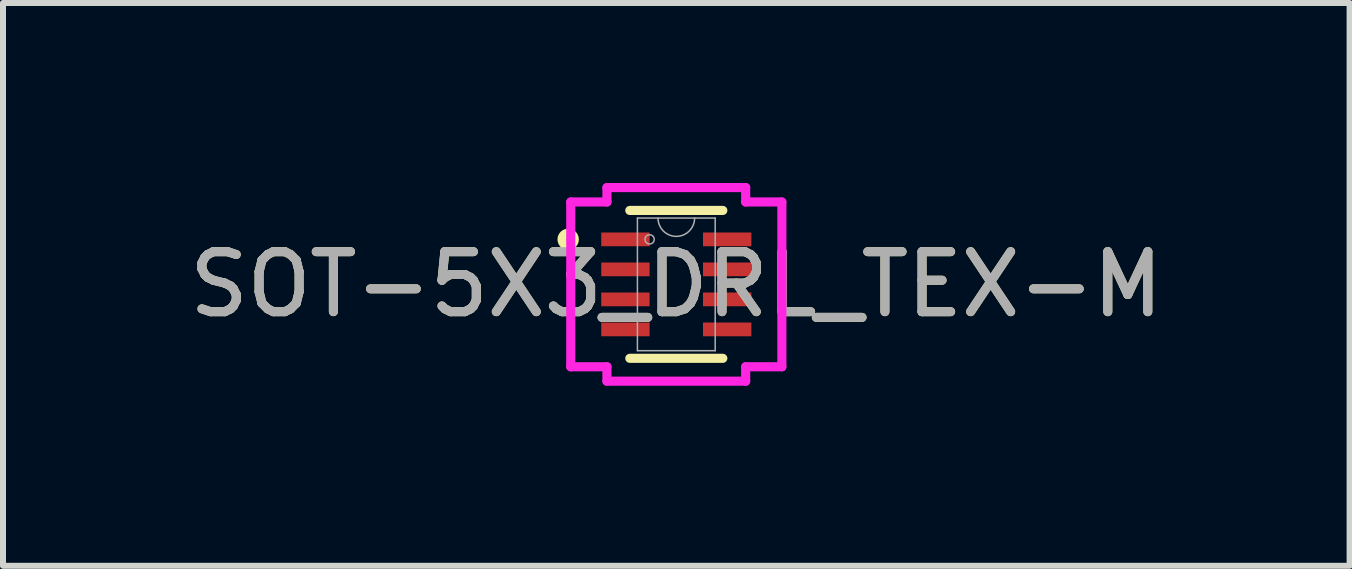
<source format=kicad_pcb>
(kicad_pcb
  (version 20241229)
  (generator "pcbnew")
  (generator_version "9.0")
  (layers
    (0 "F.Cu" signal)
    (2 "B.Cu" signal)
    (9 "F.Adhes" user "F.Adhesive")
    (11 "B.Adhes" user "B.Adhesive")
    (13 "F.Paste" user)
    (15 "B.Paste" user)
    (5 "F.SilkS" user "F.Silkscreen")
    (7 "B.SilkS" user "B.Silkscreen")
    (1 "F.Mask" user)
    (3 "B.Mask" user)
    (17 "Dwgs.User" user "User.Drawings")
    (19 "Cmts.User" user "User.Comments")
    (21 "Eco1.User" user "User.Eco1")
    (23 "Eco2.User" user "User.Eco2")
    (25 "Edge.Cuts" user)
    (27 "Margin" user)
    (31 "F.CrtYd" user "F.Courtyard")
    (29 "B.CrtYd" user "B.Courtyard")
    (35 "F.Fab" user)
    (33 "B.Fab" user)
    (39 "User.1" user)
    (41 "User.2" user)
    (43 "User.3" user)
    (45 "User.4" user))
  (footprint "SOT-5X3_DRL_TEX-M"
    (layer "F.Cu")
    (at 8.22 1.689)
    (property "Reference" "SOT-5X3_DRL_TEX-M" (at 0 0 0) (unlocked yes) (layer "F.SilkS") (effects (font (size 1 1) (thickness 0.15))))
    (attr smd)
    (fp_line (start -0.775 1.232) (end 0.775 1.232) (stroke (width 0.152) (type solid)) (layer "F.SilkS"))
    (fp_line (start 0.775 -1.232) (end -0.775 -1.232) (stroke (width 0.152) (type solid)) (layer "F.SilkS"))
    (fp_circle (center -1.802 -0.75) (end -1.7 -0.75) (stroke (width 0.152) (type solid)) (fill no) (layer "F.SilkS"))
    (fp_line (start -1.759 -1.373) (end -1.156 -1.373) (stroke (width 0.152) (type solid)) (layer "F.CrtYd"))
    (fp_line (start -1.759 1.373) (end -1.759 -1.373) (stroke (width 0.152) (type solid)) (layer "F.CrtYd"))
    (fp_line (start -1.759 1.373) (end -1.156 1.373) (stroke (width 0.152) (type solid)) (layer "F.CrtYd"))
    (fp_line (start -1.156 -1.613) (end 1.156 -1.613) (stroke (width 0.152) (type solid)) (layer "F.CrtYd"))
    (fp_line (start -1.156 -1.373) (end -1.156 -1.613) (stroke (width 0.152) (type solid)) (layer "F.CrtYd"))
    (fp_line (start -1.156 1.613) (end -1.156 1.373) (stroke (width 0.152) (type solid)) (layer "F.CrtYd"))
    (fp_line (start 1.156 -1.613) (end 1.156 -1.373) (stroke (width 0.152) (type solid)) (layer "F.CrtYd"))
    (fp_line (start 1.156 1.373) (end 1.156 1.613) (stroke (width 0.152) (type solid)) (layer "F.CrtYd"))
    (fp_line (start 1.156 1.613) (end -1.156 1.613) (stroke (width 0.152) (type solid)) (layer "F.CrtYd"))
    (fp_line (start 1.759 -1.373) (end 1.156 -1.373) (stroke (width 0.152) (type solid)) (layer "F.CrtYd"))
    (fp_line (start 1.759 -1.373) (end 1.759 1.373) (stroke (width 0.152) (type solid)) (layer "F.CrtYd"))
    (fp_line (start 1.759 1.373) (end 1.156 1.373) (stroke (width 0.152) (type solid)) (layer "F.CrtYd"))
    (fp_line (start -0.648 -1.105) (end -0.648 1.105) (stroke (width 0.025) (type solid)) (layer "F.Fab"))
    (fp_line (start -0.648 1.105) (end 0.648 1.105) (stroke (width 0.025) (type solid)) (layer "F.Fab"))
    (fp_line (start 0.648 -1.105) (end -0.648 -1.105) (stroke (width 0.025) (type solid)) (layer "F.Fab"))
    (fp_line (start 0.648 1.105) (end 0.648 -1.105) (stroke (width 0.025) (type solid)) (layer "F.Fab"))
    (fp_arc (start 0.3048 -1.1049) (mid 0 -0.8001) (end -0.3048 -1.1049) (stroke (width 0.0254) (type solid)) (layer "F.Fab"))
    (fp_circle (center -0.445 -0.75) (end -0.368 -0.75) (stroke (width 0.025) (type solid)) (fill no) (layer "F.Fab"))
    (fp_text user "${REFERENCE}" (at 0 0 0) (unlocked yes) (layer "F.Fab") (effects (font (size 1 1) (thickness 0.15))))
    (pad "1" smd rect (at -0.848 -0.75) (size 0.806 0.229) (layers "F.Cu" "F.Mask" "F.Paste"))
    (pad "2" smd rect (at -0.848 -0.25) (size 0.806 0.229) (layers "F.Cu" "F.Mask" "F.Paste"))
    (pad "3" smd rect (at -0.848 0.25) (size 0.806 0.229) (layers "F.Cu" "F.Mask" "F.Paste"))
    (pad "4" smd rect (at -0.848 0.75) (size 0.806 0.229) (layers "F.Cu" "F.Mask" "F.Paste"))
    (pad "5" smd rect (at 0.848 0.75) (size 0.806 0.229) (layers "F.Cu" "F.Mask" "F.Paste"))
    (pad "6" smd rect (at 0.848 0.25) (size 0.806 0.229) (layers "F.Cu" "F.Mask" "F.Paste"))
    (pad "7" smd rect (at 0.848 -0.25) (size 0.806 0.229) (layers "F.Cu" "F.Mask" "F.Paste"))
    (pad "8" smd rect (at 0.848 -0.75) (size 0.806 0.229) (layers "F.Cu" "F.Mask" "F.Paste")))
  (gr_rect
    (start -3 -3)
    (end 19.44 6.378)
    (stroke (width 0.1) (type default))
    (fill no)
    (layer "Edge.Cuts")))
</source>
